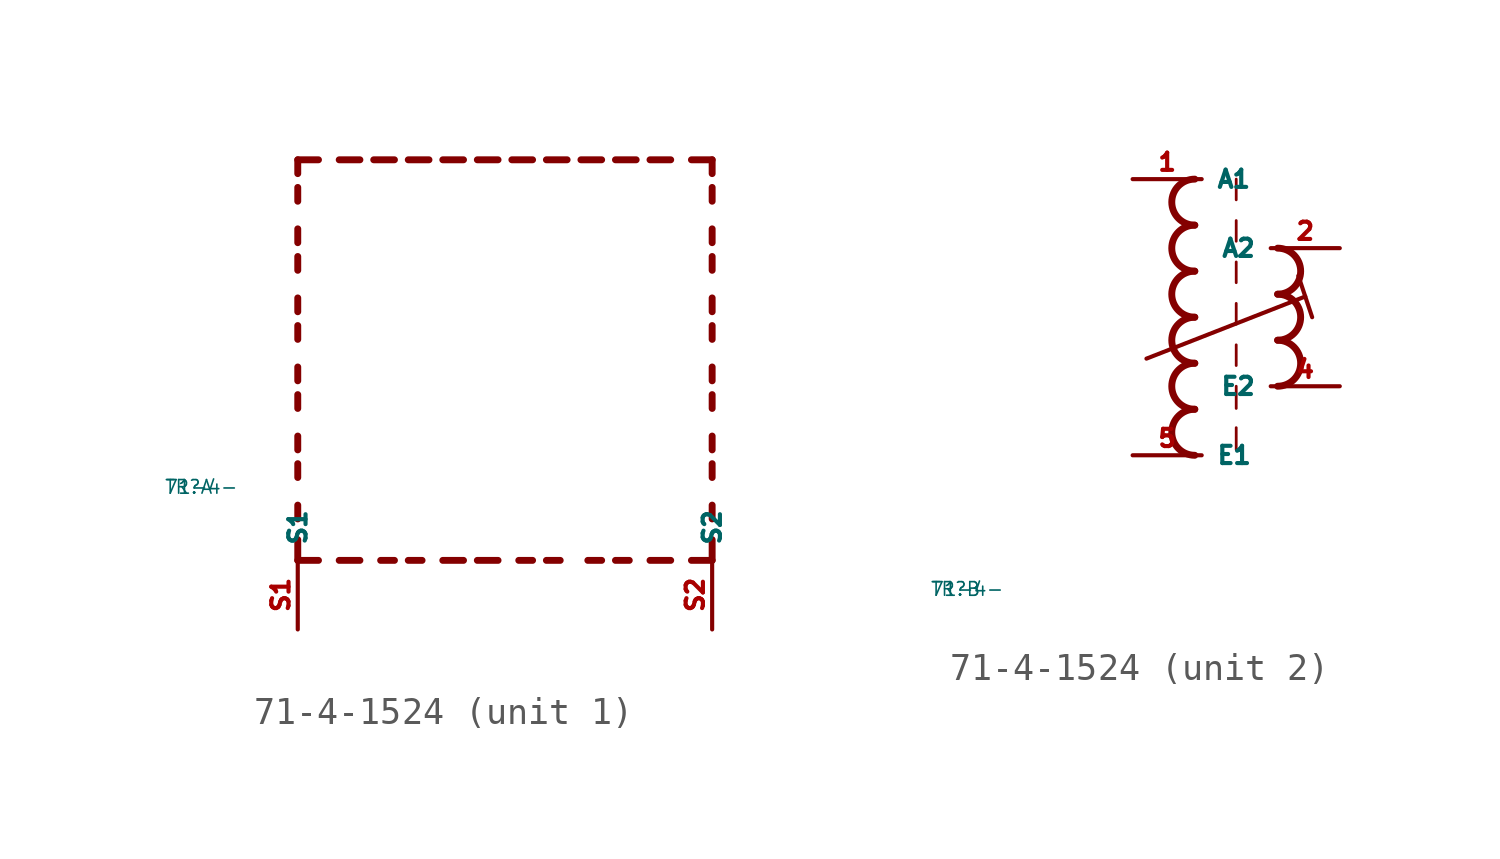
<source format=kicad_sym>
(kicad_symbol_lib
  (version 20220914)
  (generator kicad_symbol_editor)
  (symbol "71-4-1524"
    (property "Reference" "TR"
      (at -10 -10 0)
      (effects (font (size 0.5 0.5) (thickness 0.06)) (justify left)))
    (property "Value" "71-4-"
      (at -10 -10 0)
      (effects (font (size 0.5 0.5) (thickness 0.06)) (justify left)))
    (symbol "71-4-1524_1_0"
      (polyline (pts (xy -5.08 -12.7) (xy -5.08 -11.938)) (stroke (width 0.254) (type default)) (fill (type none)))
      (polyline (pts (xy -5.08 -12.7) (xy -4.318 -12.7)) (stroke (width 0.254) (type default)) (fill (type none)))
      (polyline (pts (xy -5.08 -11.176) (xy -5.08 -10.668)) (stroke (width 0.254) (type default)) (fill (type none)))
      (polyline (pts (xy -5.08 -9.652) (xy -5.08 -9.144)) (stroke (width 0.254) (type default)) (fill (type none)))
      (polyline (pts (xy -5.08 -8.636) (xy -5.08 -8.128)) (stroke (width 0.254) (type default)) (fill (type none)))
      (polyline (pts (xy -5.08 -7.112) (xy -5.08 -6.604)) (stroke (width 0.254) (type default)) (fill (type none)))
      (polyline (pts (xy -5.08 -6.096) (xy -5.08 -5.588)) (stroke (width 0.254) (type default)) (fill (type none)))
      (polyline (pts (xy -5.08 -4.572) (xy -5.08 -4.064)) (stroke (width 0.254) (type default)) (fill (type none)))
      (polyline (pts (xy -5.08 -3.556) (xy -5.08 -3.048)) (stroke (width 0.254) (type default)) (fill (type none)))
      (polyline (pts (xy -5.08 -2.032) (xy -5.08 -1.524)) (stroke (width 0.254) (type default)) (fill (type none)))
      (polyline (pts (xy -5.08 -1.016) (xy -5.08 -0.508)) (stroke (width 0.254) (type default)) (fill (type none)))
      (polyline (pts (xy -5.08 0.508) (xy -5.08 1.016)) (stroke (width 0.254) (type default)) (fill (type none)))
      (polyline (pts (xy -5.08 1.524) (xy -5.08 2.032)) (stroke (width 0.254) (type default)) (fill (type none)))
      (polyline (pts (xy -5.08 2.032) (xy -4.318 2.032)) (stroke (width 0.254) (type default)) (fill (type none)))
      (polyline (pts (xy -3.556 -12.7) (xy -2.794 -12.7)) (stroke (width 0.254) (type default)) (fill (type none)))
      (polyline (pts (xy -3.556 2.032) (xy -2.794 2.032)) (stroke (width 0.254) (type default)) (fill (type none)))
      (polyline (pts (xy -1.524 -12.7) (xy -2.032 -12.7)) (stroke (width 0.254) (type default)) (fill (type none)))
      (polyline (pts (xy -1.524 2.032) (xy -2.286 2.032)) (stroke (width 0.254) (type default)) (fill (type none)))
      (polyline (pts (xy -1.016 2.032) (xy -0.254 2.032)) (stroke (width 0.254) (type default)) (fill (type none)))
      (polyline (pts (xy -0.508 -12.7) (xy -1.016 -12.7)) (stroke (width 0.254) (type default)) (fill (type none)))
      (polyline (pts (xy 1.016 -12.7) (xy 0.254 -12.7)) (stroke (width 0.254) (type default)) (fill (type none)))
      (polyline (pts (xy 1.016 2.032) (xy 0.254 2.032)) (stroke (width 0.254) (type default)) (fill (type none)))
      (polyline (pts (xy 1.524 -12.7) (xy 2.286 -12.7)) (stroke (width 0.254) (type default)) (fill (type none)))
      (polyline (pts (xy 1.524 2.032) (xy 2.286 2.032)) (stroke (width 0.254) (type default)) (fill (type none)))
      (polyline (pts (xy 3.556 -12.7) (xy 3.048 -12.7)) (stroke (width 0.254) (type default)) (fill (type none)))
      (polyline (pts (xy 3.556 2.032) (xy 2.794 2.032)) (stroke (width 0.254) (type default)) (fill (type none)))
      (polyline (pts (xy 4.064 2.032) (xy 4.826 2.032)) (stroke (width 0.254) (type default)) (fill (type none)))
      (polyline (pts (xy 4.572 -12.7) (xy 4.064 -12.7)) (stroke (width 0.254) (type default)) (fill (type none)))
      (polyline (pts (xy 6.096 -12.7) (xy 5.588 -12.7)) (stroke (width 0.254) (type default)) (fill (type none)))
      (polyline (pts (xy 6.096 2.032) (xy 5.334 2.032)) (stroke (width 0.254) (type default)) (fill (type none)))
      (polyline (pts (xy 6.604 2.032) (xy 7.366 2.032)) (stroke (width 0.254) (type default)) (fill (type none)))
      (polyline (pts (xy 7.112 -12.7) (xy 6.604 -12.7)) (stroke (width 0.254) (type default)) (fill (type none)))
      (polyline (pts (xy 8.636 -12.7) (xy 7.874 -12.7)) (stroke (width 0.254) (type default)) (fill (type none)))
      (polyline (pts (xy 8.636 2.032) (xy 7.874 2.032)) (stroke (width 0.254) (type default)) (fill (type none)))
      (polyline (pts (xy 10.16 -12.7) (xy 9.398 -12.7)) (stroke (width 0.254) (type default)) (fill (type none)))
      (polyline (pts (xy 10.16 -12.7) (xy 10.16 -11.938)) (stroke (width 0.254) (type default)) (fill (type none)))
      (polyline (pts (xy 10.16 -11.176) (xy 10.16 -10.668)) (stroke (width 0.254) (type default)) (fill (type none)))
      (polyline (pts (xy 10.16 -9.652) (xy 10.16 -9.144)) (stroke (width 0.254) (type default)) (fill (type none)))
      (polyline (pts (xy 10.16 -8.636) (xy 10.16 -8.128)) (stroke (width 0.254) (type default)) (fill (type none)))
      (polyline (pts (xy 10.16 -7.112) (xy 10.16 -6.604)) (stroke (width 0.254) (type default)) (fill (type none)))
      (polyline (pts (xy 10.16 -6.096) (xy 10.16 -5.588)) (stroke (width 0.254) (type default)) (fill (type none)))
      (polyline (pts (xy 10.16 -4.572) (xy 10.16 -4.064)) (stroke (width 0.254) (type default)) (fill (type none)))
      (polyline (pts (xy 10.16 -3.556) (xy 10.16 -3.048)) (stroke (width 0.254) (type default)) (fill (type none)))
      (polyline (pts (xy 10.16 -2.032) (xy 10.16 -1.524)) (stroke (width 0.254) (type default)) (fill (type none)))
      (polyline (pts (xy 10.16 -1.016) (xy 10.16 -0.508)) (stroke (width 0.254) (type default)) (fill (type none)))
      (polyline (pts (xy 10.16 0.508) (xy 10.16 1.016)) (stroke (width 0.254) (type default)) (fill (type none)))
      (polyline (pts (xy 10.16 1.524) (xy 10.16 2.032)) (stroke (width 0.254) (type default)) (fill (type none)))
      (polyline (pts (xy 10.16 2.032) (xy 9.398 2.032)) (stroke (width 0.254) (type default)) (fill (type none)))
      (pin passive line (at -5.08 -15.24 90) (length 2.54) (name "S1" (effects (font (size 0.635 0.635)))) (number "S1" (effects (font (size 0.635 0.635)))))
      (pin passive line (at 10.16 -15.24 90) (length 2.54) (name "S2" (effects (font (size 0.635 0.635)))) (number "S2" (effects (font (size 0.635 0.635))))))
    (symbol "71-4-1524_2_0"
      (arc (start -0.254 -3.3866) (mid -1.1004 -4.2333) (end -0.254 -5.08) (stroke (width 0.254) (type default)) (fill (type none)))
      (arc (start -0.254 -1.6932) (mid -1.1004 -2.5399) (end -0.254 -3.3866) (stroke (width 0.254) (type default)) (fill (type none)))
      (arc (start -0.254 0) (mid -1.1004 -0.8467) (end -0.254 -1.6934) (stroke (width 0.254) (type default)) (fill (type none)))
      (arc (start -0.254 1.6934) (mid -1.1004 0.8467) (end -0.254 0) (stroke (width 0.254) (type default)) (fill (type none)))
      (arc (start -0.254 3.3866) (mid -1.1002 2.54) (end -0.254 1.6934) (stroke (width 0.254) (type default)) (fill (type none)))
      (arc (start -0.254 5.08) (mid -1.1004 4.2333) (end -0.254 3.3866) (stroke (width 0.254) (type default)) (fill (type none)))
      (polyline (pts (xy -2.032 -1.524) (xy 3.81 0.762)) (stroke (width 0.152) (type default)) (fill (type none)))
      (polyline (pts (xy 1.27 -4.064) (xy 1.27 -4.88)) (stroke (width 0.102) (type default)) (fill (type none)))
      (polyline (pts (xy 1.27 -2.54) (xy 1.27 -3.356)) (stroke (width 0.102) (type default)) (fill (type none)))
      (polyline (pts (xy 1.27 -1.016) (xy 1.27 -1.778)) (stroke (width 0.102) (type default)) (fill (type none)))
      (polyline (pts (xy 1.27 0.508) (xy 1.27 -0.254)) (stroke (width 0.102) (type default)) (fill (type none)))
      (polyline (pts (xy 1.27 2.032) (xy 1.27 1.27)) (stroke (width 0.102) (type default)) (fill (type none)))
      (polyline (pts (xy 1.27 3.556) (xy 1.27 2.794)) (stroke (width 0.102) (type default)) (fill (type none)))
      (polyline (pts (xy 1.27 5.08) (xy 1.27 4.318)) (stroke (width 0.102) (type default)) (fill (type none)))
      (polyline (pts (xy 3.556 1.524) (xy 4.064 0)) (stroke (width 0.152) (type default)) (fill (type none)))
      (arc (start 2.794 -2.54) (mid 3.6404 -1.6933) (end 2.794 -0.8466) (stroke (width 0.254) (type default)) (fill (type none)))
      (arc (start 2.794 -0.8466) (mid 3.6402 0) (end 2.794 0.8466) (stroke (width 0.254) (type default)) (fill (type none)))
      (arc (start 2.794 0.8466) (mid 3.6404 1.6933) (end 2.794 2.54) (stroke (width 0.254) (type default)) (fill (type none)))
      (pin passive line (at -2.54 5.08 0) (length 2.54) (name "A1" (effects (font (size 0.635 0.635)))) (number "1" (effects (font (size 0.635 0.635)))))
      (pin passive line (at 5.08 2.54 180) (length 2.54) (name "A2" (effects (font (size 0.635 0.635)))) (number "2" (effects (font (size 0.635 0.635)))))
      (pin passive line (at 5.08 -2.54 180) (length 2.54) (name "E2" (effects (font (size 0.635 0.635)))) (number "4" (effects (font (size 0.635 0.635)))))
      (pin passive line (at -2.54 -5.08 0) (length 2.54) (name "E1" (effects (font (size 0.635 0.635)))) (number "5" (effects (font (size 0.635 0.635))))))))
</source>
